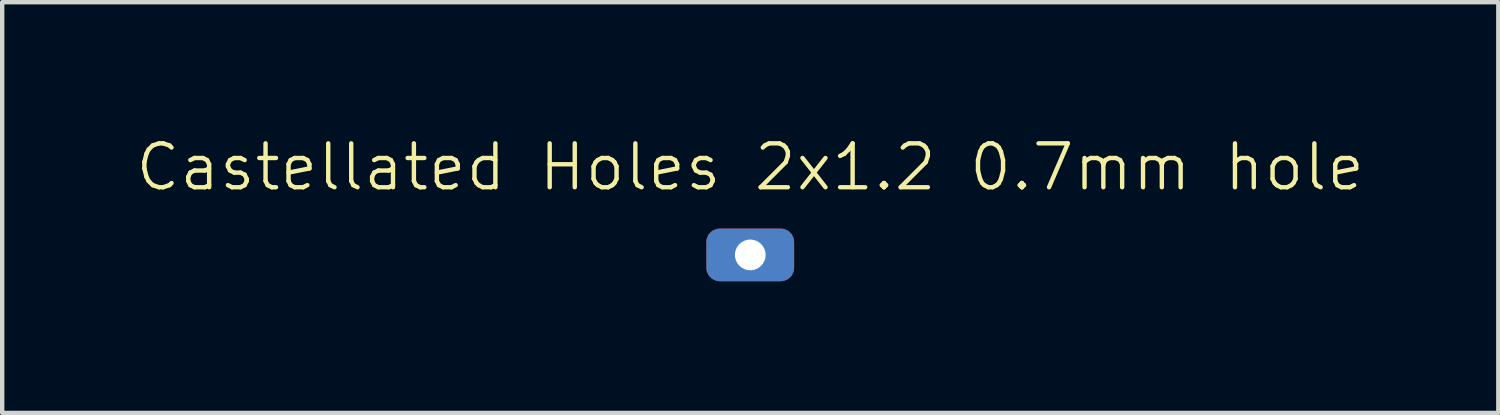
<source format=kicad_pcb>
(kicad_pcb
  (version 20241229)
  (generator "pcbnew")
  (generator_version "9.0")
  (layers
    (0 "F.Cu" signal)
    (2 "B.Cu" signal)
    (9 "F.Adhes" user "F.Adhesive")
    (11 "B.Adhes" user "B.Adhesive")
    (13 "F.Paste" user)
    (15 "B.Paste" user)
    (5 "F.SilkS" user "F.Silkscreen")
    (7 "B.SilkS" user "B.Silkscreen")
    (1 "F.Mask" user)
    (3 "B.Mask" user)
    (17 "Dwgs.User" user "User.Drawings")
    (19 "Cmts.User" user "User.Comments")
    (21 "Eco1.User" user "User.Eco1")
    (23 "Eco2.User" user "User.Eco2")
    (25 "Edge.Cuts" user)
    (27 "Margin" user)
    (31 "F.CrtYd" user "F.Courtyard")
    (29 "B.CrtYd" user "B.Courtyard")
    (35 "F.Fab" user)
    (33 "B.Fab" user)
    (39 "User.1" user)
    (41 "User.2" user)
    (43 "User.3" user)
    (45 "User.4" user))
  (footprint "Castellated Holes 2x1.2 0.7mm hole"
    (layer "F.Cu")
    (at 14.05 2.76)
    (property "Reference" "Castellated Holes 2x1.2 0.7mm hole" (at 0 -2 0) (unlocked yes) (layer "F.SilkS") (effects (font (size 1 1) (thickness 0.1))))
    (attr through_hole exclude_from_bom)
    (pad "1" thru_hole roundrect (at 0 0) (size 2 1.2) (drill 0.7) (property pad_prop_castellated) (layers "*.Cu" "*.Mask") (roundrect_rratio 0.25)))
  (gr_rect
    (start -3 -3)
    (end 31.1 6.361)
    (stroke (width 0.1) (type default))
    (fill no)
    (layer "Edge.Cuts")))
</source>
